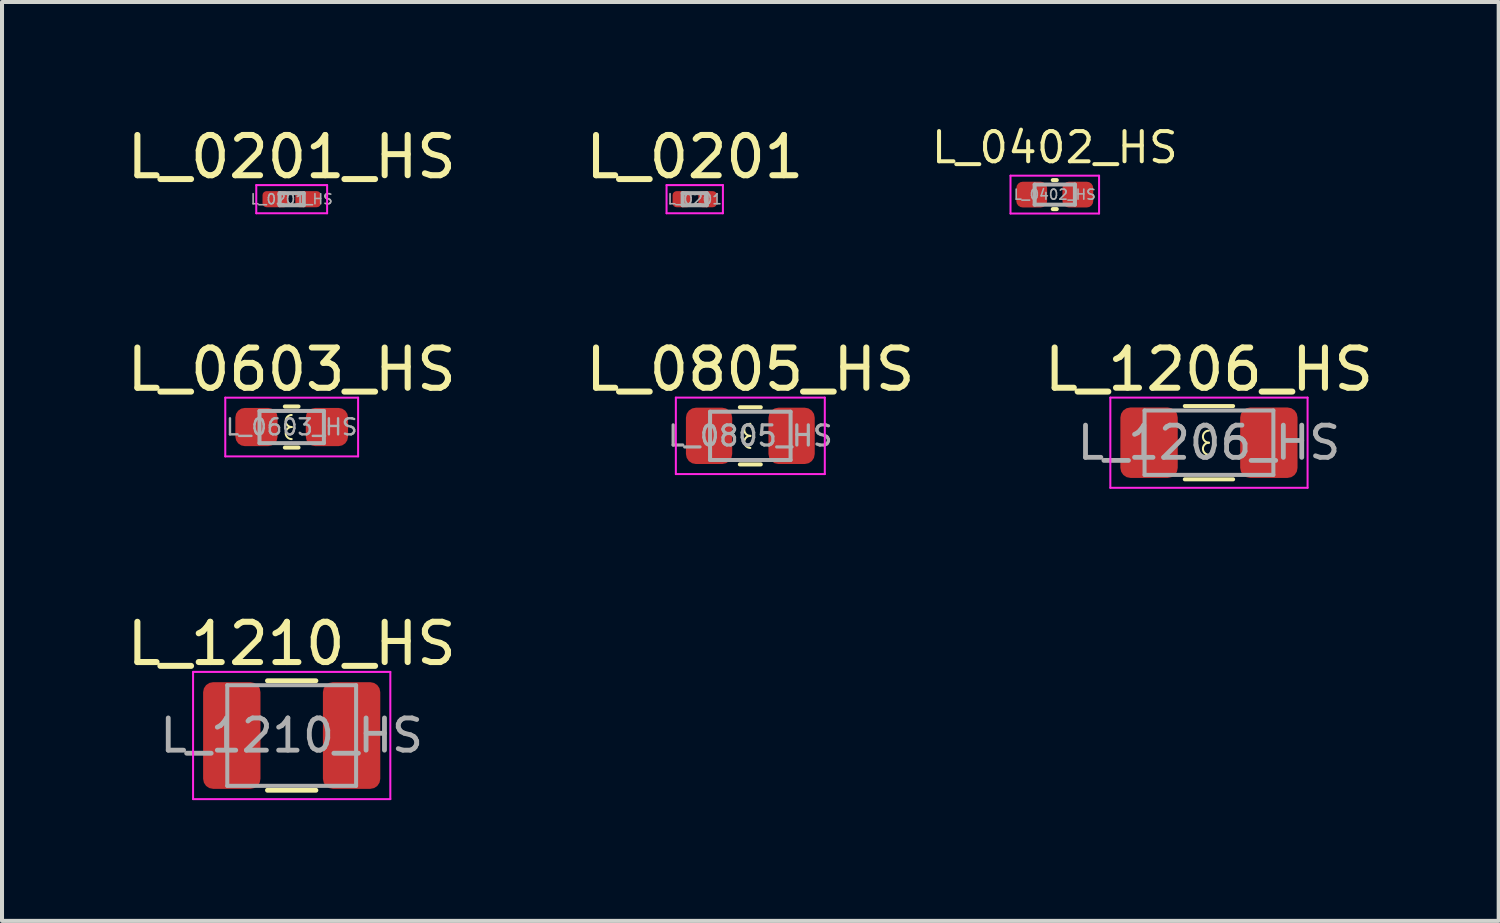
<source format=kicad_pcb>
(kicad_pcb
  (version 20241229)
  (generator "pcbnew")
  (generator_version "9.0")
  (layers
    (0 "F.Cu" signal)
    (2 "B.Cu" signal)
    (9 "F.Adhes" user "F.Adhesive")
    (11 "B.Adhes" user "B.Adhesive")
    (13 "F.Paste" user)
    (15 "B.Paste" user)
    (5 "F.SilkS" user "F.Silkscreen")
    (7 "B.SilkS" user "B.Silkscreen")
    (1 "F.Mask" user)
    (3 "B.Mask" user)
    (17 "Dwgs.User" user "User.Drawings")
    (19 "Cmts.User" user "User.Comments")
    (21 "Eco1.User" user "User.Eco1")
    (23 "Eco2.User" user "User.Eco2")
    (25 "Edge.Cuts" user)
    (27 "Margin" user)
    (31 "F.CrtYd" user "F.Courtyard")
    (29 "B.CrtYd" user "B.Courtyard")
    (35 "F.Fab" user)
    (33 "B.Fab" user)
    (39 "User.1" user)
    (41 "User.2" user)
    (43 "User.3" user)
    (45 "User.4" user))
  (footprint "L_0201_HS"
    (layer "F.Cu")
    (at 4.196 1.898)
    (property "Reference" "L_0201_HS" (at 0 -1.05 0) (layer "F.SilkS") (effects (font (size 1 1) (thickness 0.15))))
    (attr smd)
    (fp_line (start -0.88 -0.35) (end 0.88 -0.35) (stroke (width 0.05) (type solid)) (layer "F.CrtYd"))
    (fp_line (start -0.88 0.35) (end -0.88 -0.35) (stroke (width 0.05) (type solid)) (layer "F.CrtYd"))
    (fp_line (start 0.88 -0.35) (end 0.88 0.35) (stroke (width 0.05) (type solid)) (layer "F.CrtYd"))
    (fp_line (start 0.88 0.35) (end -0.88 0.35) (stroke (width 0.05) (type solid)) (layer "F.CrtYd"))
    (fp_line (start -0.3 -0.15) (end 0.3 -0.15) (stroke (width 0.1) (type solid)) (layer "F.Fab"))
    (fp_line (start -0.3 0.15) (end -0.3 -0.15) (stroke (width 0.1) (type solid)) (layer "F.Fab"))
    (fp_line (start 0.3 -0.15) (end 0.3 0.15) (stroke (width 0.1) (type solid)) (layer "F.Fab"))
    (fp_line (start 0.3 0.15) (end -0.3 0.15) (stroke (width 0.1) (type solid)) (layer "F.Fab"))
    (fp_text user "${REFERENCE}" (at 0 0 0) (layer "F.Fab") (effects (font (size 0.25 0.25) (thickness 0.04))))
    (pad "" smd roundrect (at -0.432 0) (size 0.458 0.36) (layers "F.Paste") (roundrect_rratio 0.25))
    (pad "" smd roundrect (at 0.432 0) (size 0.458 0.36) (layers "F.Paste") (roundrect_rratio 0.25))
    (pad "1" smd roundrect (at -0.407 0) (size 0.635 0.4) (layers "F.Cu" "F.Mask") (roundrect_rratio 0.25))
    (pad "2" smd roundrect (at 0.407 0) (size 0.635 0.4) (layers "F.Cu" "F.Mask") (roundrect_rratio 0.25)))
  (footprint "L_1210_HS"
    (layer "F.Cu")
    (at 4.196 15.221)
    (property "Reference" "L_1210_HS" (at 0 -2.28 0) (layer "F.SilkS") (effects (font (size 1 1) (thickness 0.15))))
    (attr smd)
    (fp_line (start -0.602 -1.36) (end 0.602 -1.36) (stroke (width 0.12) (type solid)) (layer "F.SilkS"))
    (fp_line (start -0.602 1.36) (end 0.602 1.36) (stroke (width 0.12) (type solid)) (layer "F.SilkS"))
    (fp_line (start -2.45 -1.58) (end 2.45 -1.58) (stroke (width 0.05) (type solid)) (layer "F.CrtYd"))
    (fp_line (start -2.45 1.58) (end -2.45 -1.58) (stroke (width 0.05) (type solid)) (layer "F.CrtYd"))
    (fp_line (start 2.45 -1.58) (end 2.45 1.58) (stroke (width 0.05) (type solid)) (layer "F.CrtYd"))
    (fp_line (start 2.45 1.58) (end -2.45 1.58) (stroke (width 0.05) (type solid)) (layer "F.CrtYd"))
    (fp_line (start -1.6 -1.25) (end 1.6 -1.25) (stroke (width 0.1) (type solid)) (layer "F.Fab"))
    (fp_line (start -1.6 1.25) (end -1.6 -1.25) (stroke (width 0.1) (type solid)) (layer "F.Fab"))
    (fp_line (start 1.6 -1.25) (end 1.6 1.25) (stroke (width 0.1) (type solid)) (layer "F.Fab"))
    (fp_line (start 1.6 1.25) (end -1.6 1.25) (stroke (width 0.1) (type solid)) (layer "F.Fab"))
    (fp_text user "${REFERENCE}" (at 0 0 0) (layer "F.Fab") (effects (font (size 0.8 0.8) (thickness 0.12))))
    (pad "1" smd roundrect (at -1.488 0) (size 1.425 2.65) (layers "F.Cu" "F.Mask" "F.Paste") (roundrect_rratio 0.175))
    (pad "2" smd roundrect (at 1.488 0) (size 1.425 2.65) (layers "F.Cu" "F.Mask" "F.Paste") (roundrect_rratio 0.175)))
  (footprint "L_0805_HS"
    (layer "F.Cu")
    (at 15.589 7.777)
    (property "Reference" "L_0805_HS" (at 0 -1.65 0) (layer "F.SilkS") (effects (font (size 1 1) (thickness 0.15))))
    (attr smd)
    (fp_line (start -0.26 -0.71) (end 0.26 -0.71) (stroke (width 0.1) (type solid)) (layer "F.SilkS"))
    (fp_line (start -0.26 0.71) (end 0.26 0.71) (stroke (width 0.1) (type solid)) (layer "F.SilkS"))
    (fp_arc (start 0 0) (mid -0.15 -0.15) (end 0 -0.3) (stroke (width 0.05) (type solid)) (layer "F.SilkS"))
    (fp_arc (start 0 0.3) (mid -0.15 0.15) (end 0 0) (stroke (width 0.05) (type solid)) (layer "F.SilkS"))
    (fp_line (start -1.85 -0.95) (end 1.85 -0.95) (stroke (width 0.05) (type solid)) (layer "F.CrtYd"))
    (fp_line (start -1.85 0.95) (end -1.85 -0.95) (stroke (width 0.05) (type solid)) (layer "F.CrtYd"))
    (fp_line (start 1.85 -0.95) (end 1.85 0.95) (stroke (width 0.05) (type solid)) (layer "F.CrtYd"))
    (fp_line (start 1.85 0.95) (end -1.85 0.95) (stroke (width 0.05) (type solid)) (layer "F.CrtYd"))
    (fp_line (start -1 -0.6) (end 1 -0.6) (stroke (width 0.1) (type solid)) (layer "F.Fab"))
    (fp_line (start -1 0.6) (end -1 -0.6) (stroke (width 0.1) (type solid)) (layer "F.Fab"))
    (fp_line (start 1 -0.6) (end 1 0.6) (stroke (width 0.1) (type solid)) (layer "F.Fab"))
    (fp_line (start 1 0.6) (end -1 0.6) (stroke (width 0.1) (type solid)) (layer "F.Fab"))
    (fp_text user "${REFERENCE}" (at 0 0 0) (layer "F.Fab") (effects (font (size 0.5 0.5) (thickness 0.08))))
    (pad "1" smd roundrect (at -1.025 0) (size 1.15 1.4) (layers "F.Cu" "F.Mask" "F.Paste") (roundrect_rratio 0.217))
    (pad "2" smd roundrect (at 1.025 0) (size 1.15 1.4) (layers "F.Cu" "F.Mask" "F.Paste") (roundrect_rratio 0.217)))
  (footprint "L_0402_HS"
    (layer "F.Cu")
    (at 23.152 1.784)
    (property "Reference" "L_0402_HS" (at 0 -1.17 0) (layer "F.SilkS") (effects (font (size 0.75 0.75) (thickness 0.1))))
    (attr smd)
    (fp_line (start -0.05 -0.36) (end 0.05 -0.36) (stroke (width 0.1) (type solid)) (layer "F.SilkS"))
    (fp_line (start -0.05 0.36) (end 0.05 0.36) (stroke (width 0.1) (type solid)) (layer "F.SilkS"))
    (fp_line (start -1.1 -0.47) (end 1.1 -0.47) (stroke (width 0.05) (type solid)) (layer "F.CrtYd"))
    (fp_line (start -1.1 0.47) (end -1.1 -0.47) (stroke (width 0.05) (type solid)) (layer "F.CrtYd"))
    (fp_line (start 1.1 -0.47) (end 1.1 0.47) (stroke (width 0.05) (type solid)) (layer "F.CrtYd"))
    (fp_line (start 1.1 0.47) (end -1.1 0.47) (stroke (width 0.05) (type solid)) (layer "F.CrtYd"))
    (fp_line (start -0.5 -0.25) (end 0.5 -0.25) (stroke (width 0.1) (type solid)) (layer "F.Fab"))
    (fp_line (start -0.5 0.25) (end -0.5 -0.25) (stroke (width 0.1) (type solid)) (layer "F.Fab"))
    (fp_line (start 0.5 -0.25) (end 0.5 0.25) (stroke (width 0.1) (type solid)) (layer "F.Fab"))
    (fp_line (start 0.5 0.25) (end -0.5 0.25) (stroke (width 0.1) (type solid)) (layer "F.Fab"))
    (fp_text user "${REFERENCE}" (at 0 0 0) (layer "F.Fab") (effects (font (size 0.25 0.25) (thickness 0.04))))
    (pad "1" smd roundrect (at -0.573 0) (size 0.765 0.64) (layers "F.Cu" "F.Mask" "F.Paste") (roundrect_rratio 0.25))
    (pad "2" smd roundrect (at 0.573 0) (size 0.765 0.64) (layers "F.Cu" "F.Mask" "F.Paste") (roundrect_rratio 0.25)))
  (footprint "L_0201"
    (layer "F.Cu")
    (at 14.208 1.898)
    (property "Reference" "L_0201" (at 0 -1.05 0) (layer "F.SilkS") (effects (font (size 1 1) (thickness 0.15))))
    (attr smd)
    (fp_line (start -0.7 -0.35) (end 0.7 -0.35) (stroke (width 0.05) (type solid)) (layer "F.CrtYd"))
    (fp_line (start -0.7 0.35) (end -0.7 -0.35) (stroke (width 0.05) (type solid)) (layer "F.CrtYd"))
    (fp_line (start 0.7 -0.35) (end 0.7 0.35) (stroke (width 0.05) (type solid)) (layer "F.CrtYd"))
    (fp_line (start 0.7 0.35) (end -0.7 0.35) (stroke (width 0.05) (type solid)) (layer "F.CrtYd"))
    (fp_line (start -0.3 -0.15) (end 0.3 -0.15) (stroke (width 0.1) (type solid)) (layer "F.Fab"))
    (fp_line (start -0.3 0.15) (end -0.3 -0.15) (stroke (width 0.1) (type solid)) (layer "F.Fab"))
    (fp_line (start 0.3 -0.15) (end 0.3 0.15) (stroke (width 0.1) (type solid)) (layer "F.Fab"))
    (fp_line (start 0.3 0.15) (end -0.3 0.15) (stroke (width 0.1) (type solid)) (layer "F.Fab"))
    (fp_text user "${REFERENCE}" (at 0 0 0) (layer "F.Fab") (effects (font (size 0.25 0.25) (thickness 0.04))))
    (pad "" smd roundrect (at -0.345 0) (size 0.318 0.36) (layers "F.Paste") (roundrect_rratio 0.25))
    (pad "" smd roundrect (at 0.345 0) (size 0.318 0.36) (layers "F.Paste") (roundrect_rratio 0.25))
    (pad "1" smd roundrect (at -0.32 0) (size 0.46 0.4) (layers "F.Cu" "F.Mask") (roundrect_rratio 0.25))
    (pad "2" smd roundrect (at 0.32 0) (size 0.46 0.4) (layers "F.Cu" "F.Mask") (roundrect_rratio 0.25)))
  (footprint "L_1206_HS"
    (layer "F.Cu")
    (at 26.982 7.947)
    (property "Reference" "L_1206_HS" (at 0 -1.82 0) (layer "F.SilkS") (effects (font (size 1 1) (thickness 0.15))))
    (attr smd)
    (fp_line (start -0.6 -0.91) (end 0.6 -0.91) (stroke (width 0.1) (type solid)) (layer "F.SilkS"))
    (fp_line (start -0.6 0.91) (end 0.6 0.91) (stroke (width 0.1) (type solid)) (layer "F.SilkS"))
    (fp_arc (start 0 0) (mid -0.15 -0.15) (end 0 -0.3) (stroke (width 0.05) (type solid)) (layer "F.SilkS"))
    (fp_arc (start 0 0.3) (mid -0.15 0.15) (end 0 0) (stroke (width 0.05) (type solid)) (layer "F.SilkS"))
    (fp_line (start -2.45 -1.12) (end 2.45 -1.12) (stroke (width 0.05) (type solid)) (layer "F.CrtYd"))
    (fp_line (start -2.45 1.12) (end -2.45 -1.12) (stroke (width 0.05) (type solid)) (layer "F.CrtYd"))
    (fp_line (start 2.45 -1.12) (end 2.45 1.12) (stroke (width 0.05) (type solid)) (layer "F.CrtYd"))
    (fp_line (start 2.45 1.12) (end -2.45 1.12) (stroke (width 0.05) (type solid)) (layer "F.CrtYd"))
    (fp_line (start -1.6 -0.8) (end 1.6 -0.8) (stroke (width 0.1) (type solid)) (layer "F.Fab"))
    (fp_line (start -1.6 0.8) (end -1.6 -0.8) (stroke (width 0.1) (type solid)) (layer "F.Fab"))
    (fp_line (start 1.6 -0.8) (end 1.6 0.8) (stroke (width 0.1) (type solid)) (layer "F.Fab"))
    (fp_line (start 1.6 0.8) (end -1.6 0.8) (stroke (width 0.1) (type solid)) (layer "F.Fab"))
    (fp_text user "${REFERENCE}" (at 0 0 0) (layer "F.Fab") (effects (font (size 0.8 0.8) (thickness 0.12))))
    (pad "1" smd roundrect (at -1.488 0) (size 1.425 1.75) (layers "F.Cu" "F.Mask" "F.Paste") (roundrect_rratio 0.175))
    (pad "2" smd roundrect (at 1.488 0) (size 1.425 1.75) (layers "F.Cu" "F.Mask" "F.Paste") (roundrect_rratio 0.175)))
  (footprint "L_0603_HS"
    (layer "F.Cu")
    (at 4.196 7.558)
    (property "Reference" "L_0603_HS" (at 0 -1.43 0) (layer "F.SilkS") (effects (font (size 1 1) (thickness 0.15))))
    (attr smd)
    (fp_line (start -0.17 -0.51) (end 0.17 -0.51) (stroke (width 0.1) (type solid)) (layer "F.SilkS"))
    (fp_line (start -0.17 0.51) (end 0.17 0.51) (stroke (width 0.1) (type solid)) (layer "F.SilkS"))
    (fp_arc (start 0 0) (mid -0.15 -0.15) (end 0 -0.3) (stroke (width 0.05) (type solid)) (layer "F.SilkS"))
    (fp_arc (start 0 0.3) (mid -0.15 0.15) (end 0 0) (stroke (width 0.05) (type solid)) (layer "F.SilkS"))
    (fp_line (start -1.65 -0.73) (end 1.65 -0.73) (stroke (width 0.05) (type solid)) (layer "F.CrtYd"))
    (fp_line (start -1.65 0.73) (end -1.65 -0.73) (stroke (width 0.05) (type solid)) (layer "F.CrtYd"))
    (fp_line (start 1.65 -0.73) (end 1.65 0.73) (stroke (width 0.05) (type solid)) (layer "F.CrtYd"))
    (fp_line (start 1.65 0.73) (end -1.65 0.73) (stroke (width 0.05) (type solid)) (layer "F.CrtYd"))
    (fp_line (start -0.8 -0.4) (end 0.8 -0.4) (stroke (width 0.1) (type solid)) (layer "F.Fab"))
    (fp_line (start -0.8 0.4) (end -0.8 -0.4) (stroke (width 0.1) (type solid)) (layer "F.Fab"))
    (fp_line (start 0.8 -0.4) (end 0.8 0.4) (stroke (width 0.1) (type solid)) (layer "F.Fab"))
    (fp_line (start 0.8 0.4) (end -0.8 0.4) (stroke (width 0.1) (type solid)) (layer "F.Fab"))
    (fp_text user "${REFERENCE}" (at 0 0 0) (layer "F.Fab") (effects (font (size 0.4 0.4) (thickness 0.06))))
    (pad "1" smd roundrect (at -0.875 0) (size 1.05 0.95) (layers "F.Cu" "F.Mask" "F.Paste") (roundrect_rratio 0.25))
    (pad "2" smd roundrect (at 0.875 0) (size 1.05 0.95) (layers "F.Cu" "F.Mask" "F.Paste") (roundrect_rratio 0.25)))
  (gr_rect
    (start -3 -3)
    (end 34.179 19.826)
    (stroke (width 0.1) (type default))
    (fill no)
    (layer "Edge.Cuts")))
</source>
